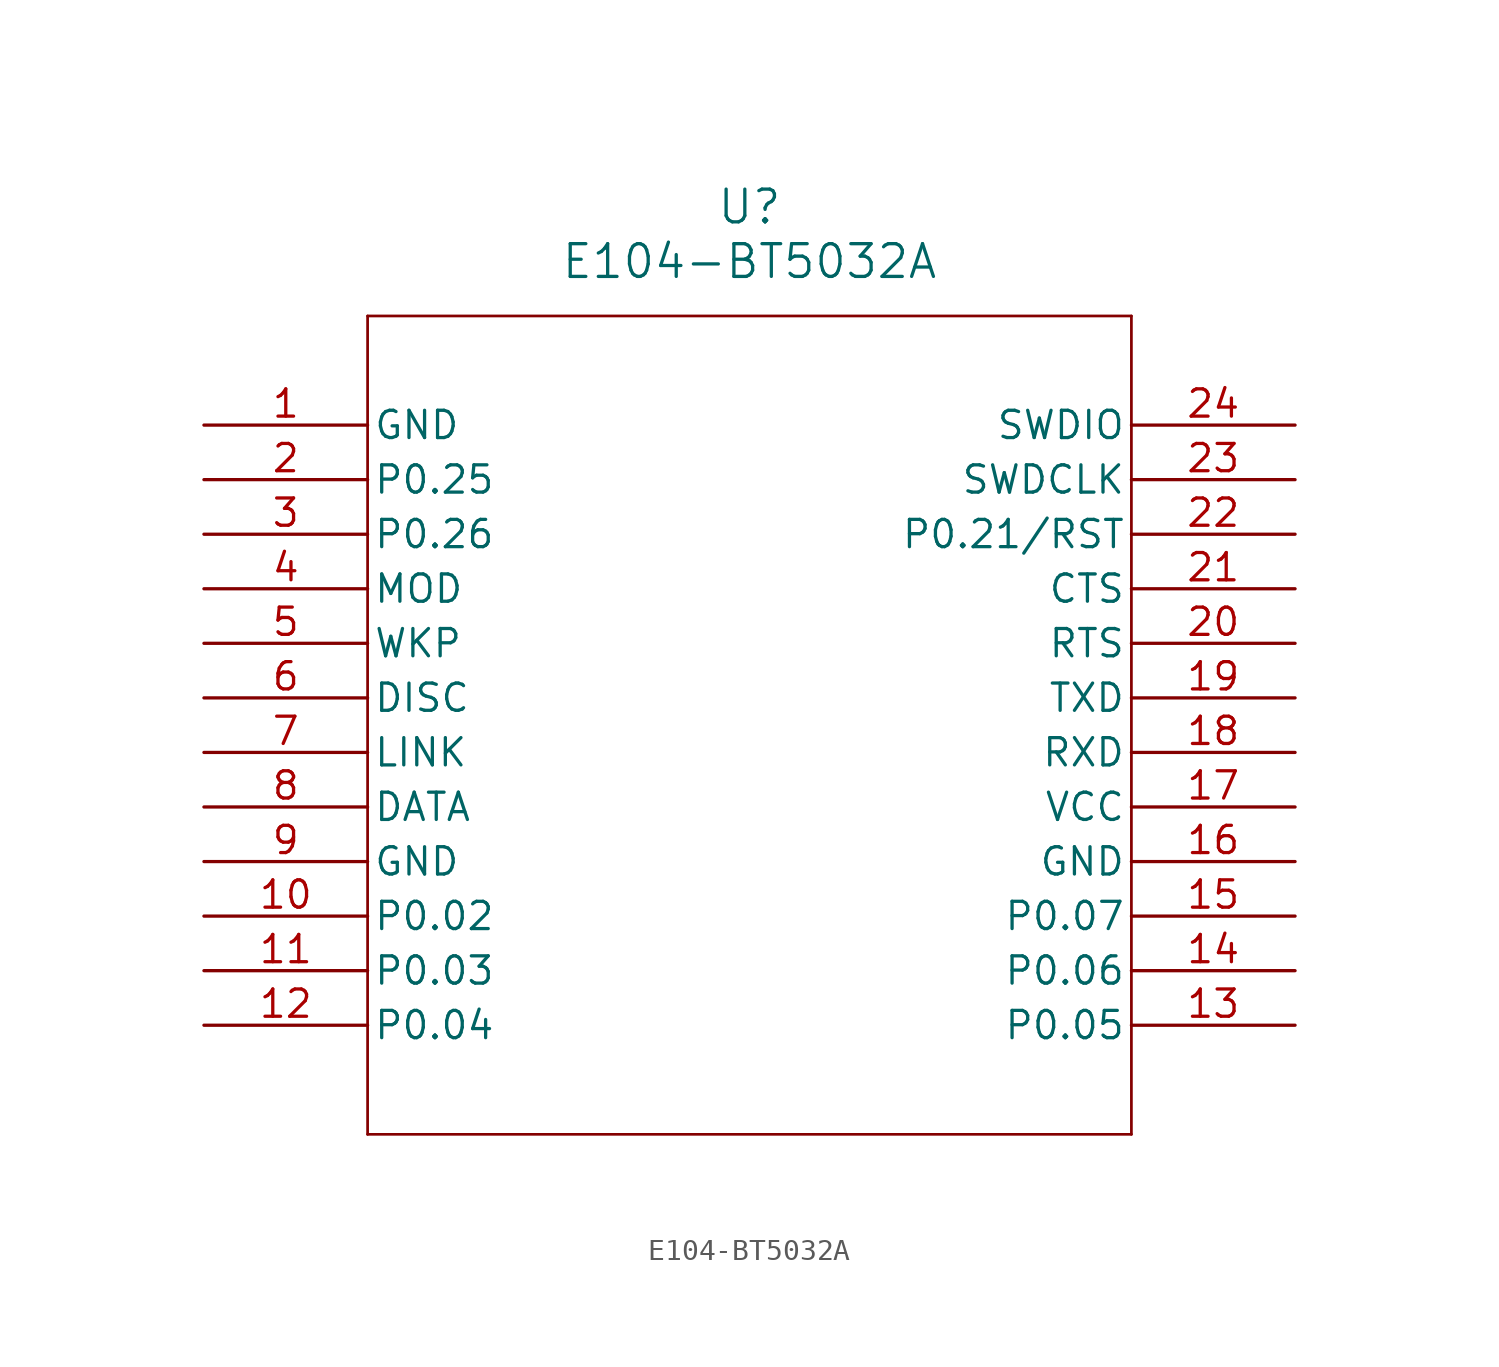
<source format=kicad_sym>
(kicad_symbol_lib
  (version 20211014)
  (generator kicad_symbol_editor)
  (symbol "E104-BT5032A"
    (pin_names
      (offset 0.254))
    (property "Reference" "U"
      (at 25.4 10.16 0)
      (effects (font (size 1.524 1.524))))
    (property "Value" "E104-BT5032A"
      (at 25.4 7.62 0)
      (effects (font (size 1.524 1.524))))
    (symbol "E104-BT5032A_0_1"
      (polyline (pts (xy 7.62 5.08) (xy 7.62 -33.02)) (stroke (width 0.127) (type default) (color 0 0 0 0)) (fill (type none)))
      (polyline (pts (xy 7.62 -33.02) (xy 43.18 -33.02)) (stroke (width 0.127) (type default) (color 0 0 0 0)) (fill (type none)))
      (polyline (pts (xy 43.18 -33.02) (xy 43.18 5.08)) (stroke (width 0.127) (type default) (color 0 0 0 0)) (fill (type none)))
      (polyline (pts (xy 43.18 5.08) (xy 7.62 5.08)) (stroke (width 0.127) (type default) (color 0 0 0 0)) (fill (type none)))
      (pin power_out line (at 0 0 0) (length 7.62) (name "GND" (effects (font (size 1.27 1.27)))) (number "1" (effects (font (size 1.27 1.27)))))
      (pin bidirectional line (at 0 -2.54 0) (length 7.62) (name "P0.25" (effects (font (size 1.27 1.27)))) (number "2" (effects (font (size 1.27 1.27)))))
      (pin bidirectional line (at 0 -5.08 0) (length 7.62) (name "P0.26" (effects (font (size 1.27 1.27)))) (number "3" (effects (font (size 1.27 1.27)))))
      (pin input line (at 0 -7.62 0) (length 7.62) (name "MOD" (effects (font (size 1.27 1.27)))) (number "4" (effects (font (size 1.27 1.27)))))
      (pin input line (at 0 -10.16 0) (length 7.62) (name "WKP" (effects (font (size 1.27 1.27)))) (number "5" (effects (font (size 1.27 1.27)))))
      (pin input line (at 0 -12.7 0) (length 7.62) (name "DISC" (effects (font (size 1.27 1.27)))) (number "6" (effects (font (size 1.27 1.27)))))
      (pin output line (at 0 -15.24 0) (length 7.62) (name "LINK" (effects (font (size 1.27 1.27)))) (number "7" (effects (font (size 1.27 1.27)))))
      (pin output line (at 0 -17.78 0) (length 7.62) (name "DATA" (effects (font (size 1.27 1.27)))) (number "8" (effects (font (size 1.27 1.27)))))
      (pin power_out line (at 0 -20.32 0) (length 7.62) (name "GND" (effects (font (size 1.27 1.27)))) (number "9" (effects (font (size 1.27 1.27)))))
      (pin bidirectional line (at 0 -22.86 0) (length 7.62) (name "P0.02" (effects (font (size 1.27 1.27)))) (number "10" (effects (font (size 1.27 1.27)))))
      (pin bidirectional line (at 0 -25.4 0) (length 7.62) (name "P0.03" (effects (font (size 1.27 1.27)))) (number "11" (effects (font (size 1.27 1.27)))))
      (pin bidirectional line (at 0 -27.94 0) (length 7.62) (name "P0.04" (effects (font (size 1.27 1.27)))) (number "12" (effects (font (size 1.27 1.27)))))
      (pin bidirectional line (at 50.8 -27.94 180) (length 7.62) (name "P0.05" (effects (font (size 1.27 1.27)))) (number "13" (effects (font (size 1.27 1.27)))))
      (pin bidirectional line (at 50.8 -25.4 180) (length 7.62) (name "P0.06" (effects (font (size 1.27 1.27)))) (number "14" (effects (font (size 1.27 1.27)))))
      (pin bidirectional line (at 50.8 -22.86 180) (length 7.62) (name "P0.07" (effects (font (size 1.27 1.27)))) (number "15" (effects (font (size 1.27 1.27)))))
      (pin power_out line (at 50.8 -20.32 180) (length 7.62) (name "GND" (effects (font (size 1.27 1.27)))) (number "16" (effects (font (size 1.27 1.27)))))
      (pin power_in line (at 50.8 -17.78 180) (length 7.62) (name "VCC" (effects (font (size 1.27 1.27)))) (number "17" (effects (font (size 1.27 1.27)))))
      (pin input line (at 50.8 -15.24 180) (length 7.62) (name "RXD" (effects (font (size 1.27 1.27)))) (number "18" (effects (font (size 1.27 1.27)))))
      (pin output line (at 50.8 -12.7 180) (length 7.62) (name "TXD" (effects (font (size 1.27 1.27)))) (number "19" (effects (font (size 1.27 1.27)))))
      (pin output line (at 50.8 -10.16 180) (length 7.62) (name "RTS" (effects (font (size 1.27 1.27)))) (number "20" (effects (font (size 1.27 1.27)))))
      (pin input line (at 50.8 -7.62 180) (length 7.62) (name "CTS" (effects (font (size 1.27 1.27)))) (number "21" (effects (font (size 1.27 1.27)))))
      (pin bidirectional line (at 50.8 -5.08 180) (length 7.62) (name "P0.21/RST" (effects (font (size 1.27 1.27)))) (number "22" (effects (font (size 1.27 1.27)))))
      (pin bidirectional line (at 50.8 -2.54 180) (length 7.62) (name "SWDCLK" (effects (font (size 1.27 1.27)))) (number "23" (effects (font (size 1.27 1.27)))))
      (pin bidirectional line (at 50.8 0 180) (length 7.62) (name "SWDIO" (effects (font (size 1.27 1.27)))) (number "24" (effects (font (size 1.27 1.27))))))))
</source>
